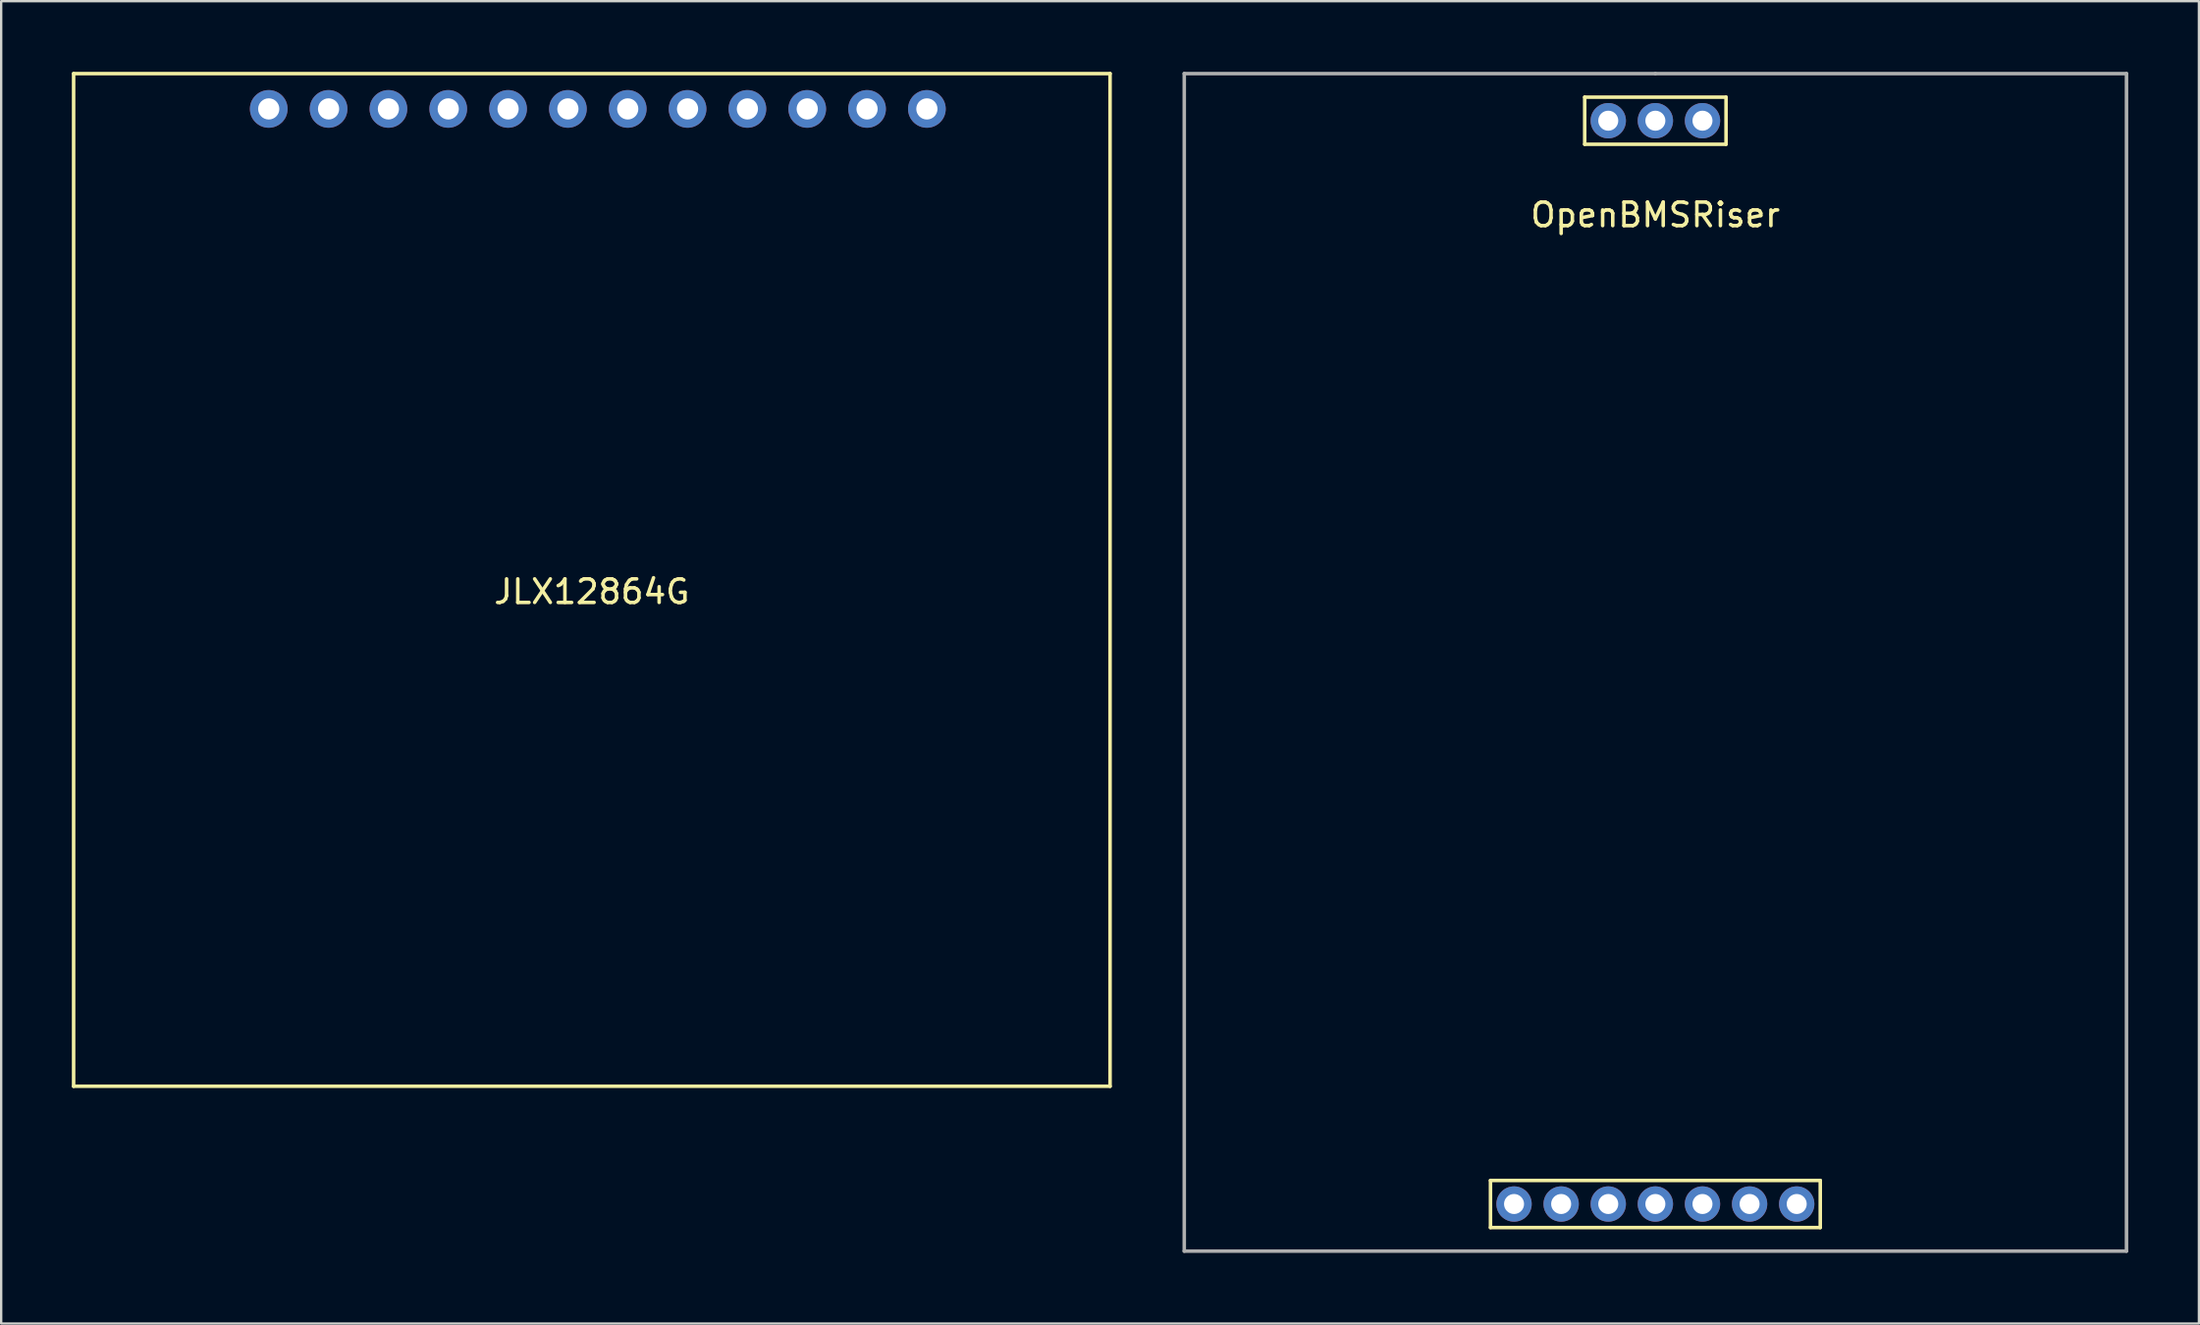
<source format=kicad_pcb>
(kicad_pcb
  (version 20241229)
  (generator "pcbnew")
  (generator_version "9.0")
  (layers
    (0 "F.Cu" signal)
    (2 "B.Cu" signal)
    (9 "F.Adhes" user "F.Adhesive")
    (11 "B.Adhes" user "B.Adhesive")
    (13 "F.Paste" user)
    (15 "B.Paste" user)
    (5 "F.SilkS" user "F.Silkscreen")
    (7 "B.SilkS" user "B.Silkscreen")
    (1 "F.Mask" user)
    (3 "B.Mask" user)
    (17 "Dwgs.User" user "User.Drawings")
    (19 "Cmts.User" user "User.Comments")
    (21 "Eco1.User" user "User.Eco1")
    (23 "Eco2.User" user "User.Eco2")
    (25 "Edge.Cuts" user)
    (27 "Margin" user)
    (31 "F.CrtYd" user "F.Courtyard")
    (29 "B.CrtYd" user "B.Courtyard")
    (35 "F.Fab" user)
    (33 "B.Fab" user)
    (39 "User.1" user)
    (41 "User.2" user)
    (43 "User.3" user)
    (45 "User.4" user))
  (footprint "OpenBMSRiser"
    (layer "F.Cu")
    (at 67.225 25.075)
    (property "Reference" "OpenBMSRiser" (at 0 -19 0) (layer "F.SilkS") (effects (font (size 1 1) (thickness 0.15))))
    (attr through_hole)
    (fp_line (start -7 22) (end -7 24) (stroke (width 0.15) (type solid)) (layer "F.SilkS"))
    (fp_line (start -7 24) (end 7 24) (stroke (width 0.15) (type solid)) (layer "F.SilkS"))
    (fp_line (start -3 -24) (end 3 -24) (stroke (width 0.15) (type solid)) (layer "F.SilkS"))
    (fp_line (start -3 -22) (end -3 -24) (stroke (width 0.15) (type solid)) (layer "F.SilkS"))
    (fp_line (start 3 -24) (end 3 -22) (stroke (width 0.15) (type solid)) (layer "F.SilkS"))
    (fp_line (start 3 -22) (end -3 -22) (stroke (width 0.15) (type solid)) (layer "F.SilkS"))
    (fp_line (start 7 22) (end -7 22) (stroke (width 0.15) (type solid)) (layer "F.SilkS"))
    (fp_line (start 7 24) (end 7 22) (stroke (width 0.15) (type solid)) (layer "F.SilkS"))
    (fp_line (start -20 -25) (end 0 -25) (stroke (width 0.15) (type solid)) (layer "F.Fab"))
    (fp_line (start -20 25) (end -20 -25) (stroke (width 0.15) (type solid)) (layer "F.Fab"))
    (fp_line (start 0 -25) (end 20 -25) (stroke (width 0.15) (type solid)) (layer "F.Fab"))
    (fp_line (start 20 -25) (end 20 25) (stroke (width 0.15) (type solid)) (layer "F.Fab"))
    (fp_line (start 20 25) (end -20 25) (stroke (width 0.15) (type solid)) (layer "F.Fab"))
    (pad "1" thru_hole circle (at -6 23) (size 1.5 1.5) (drill 0.85) (layers "*.Cu" "*.Mask"))
    (pad "1" thru_hole circle (at -2 -23) (size 1.5 1.5) (drill 0.85) (layers "*.Cu" "*.Mask"))
    (pad "1" thru_hole circle (at 0 -23) (size 1.5 1.5) (drill 0.85) (layers "*.Cu" "*.Mask"))
    (pad "1" thru_hole circle (at 2 -23) (size 1.5 1.5) (drill 0.85) (layers "*.Cu" "*.Mask"))
    (pad "2" thru_hole circle (at -4 23) (size 1.5 1.5) (drill 0.85) (layers "*.Cu" "*.Mask"))
    (pad "3" thru_hole circle (at -2 23) (size 1.5 1.5) (drill 0.85) (layers "*.Cu" "*.Mask"))
    (pad "4" thru_hole circle (at 0 23) (size 1.5 1.5) (drill 0.85) (layers "*.Cu" "*.Mask"))
    (pad "5" thru_hole circle (at 2 23) (size 1.5 1.5) (drill 0.85) (layers "*.Cu" "*.Mask"))
    (pad "6" thru_hole circle (at 4 23) (size 1.5 1.5) (drill 0.85) (layers "*.Cu" "*.Mask"))
    (pad "7" thru_hole circle (at 6 23) (size 1.5 1.5) (drill 0.85) (layers "*.Cu" "*.Mask")))
  (footprint "JLX12864G"
    (layer "F.Cu")
    (at 22.075 21.575)
    (property "Reference" "JLX12864G" (at 0 0.5 0) (layer "F.SilkS") (effects (font (size 1 1) (thickness 0.15))))
    (attr through_hole)
    (fp_line (start -22 -21.5) (end 22 -21.5) (stroke (width 0.15) (type solid)) (layer "F.SilkS"))
    (fp_line (start -22 21.5) (end -22 -21.5) (stroke (width 0.15) (type solid)) (layer "F.SilkS"))
    (fp_line (start 22 -21.5) (end 22 21.5) (stroke (width 0.15) (type solid)) (layer "F.SilkS"))
    (fp_line (start 22 21.5) (end -22 21.5) (stroke (width 0.15) (type solid)) (layer "F.SilkS"))
    (pad "1" thru_hole circle (at 14.224 -20) (size 1.6 1.6) (drill 0.9) (layers "*.Cu" "*.Mask"))
    (pad "2" thru_hole circle (at 11.684 -20) (size 1.6 1.6) (drill 0.9) (layers "*.Cu" "*.Mask"))
    (pad "3" thru_hole circle (at 9.144 -20) (size 1.6 1.6) (drill 0.9) (layers "*.Cu" "*.Mask"))
    (pad "4" thru_hole circle (at 6.604 -20) (size 1.6 1.6) (drill 0.9) (layers "*.Cu" "*.Mask"))
    (pad "5" thru_hole circle (at 4.064 -20) (size 1.6 1.6) (drill 0.9) (layers "*.Cu" "*.Mask"))
    (pad "6" thru_hole circle (at 1.524 -20) (size 1.6 1.6) (drill 0.9) (layers "*.Cu" "*.Mask"))
    (pad "7" thru_hole circle (at -1.016 -20) (size 1.6 1.6) (drill 0.9) (layers "*.Cu" "*.Mask"))
    (pad "8" thru_hole circle (at -3.556 -20) (size 1.6 1.6) (drill 0.9) (layers "*.Cu" "*.Mask"))
    (pad "9" thru_hole circle (at -6.096 -20) (size 1.6 1.6) (drill 0.9) (layers "*.Cu" "*.Mask"))
    (pad "10" thru_hole circle (at -8.636 -20) (size 1.6 1.6) (drill 0.9) (layers "*.Cu" "*.Mask"))
    (pad "11" thru_hole circle (at -11.176 -20) (size 1.6 1.6) (drill 0.9) (layers "*.Cu" "*.Mask"))
    (pad "12" thru_hole circle (at -13.716 -20) (size 1.6 1.6) (drill 0.9) (layers "*.Cu" "*.Mask")))
  (gr_rect
    (start -3 -3)
    (end 90.3 53.15)
    (stroke (width 0.1) (type default))
    (fill no)
    (layer "Edge.Cuts")))
</source>
